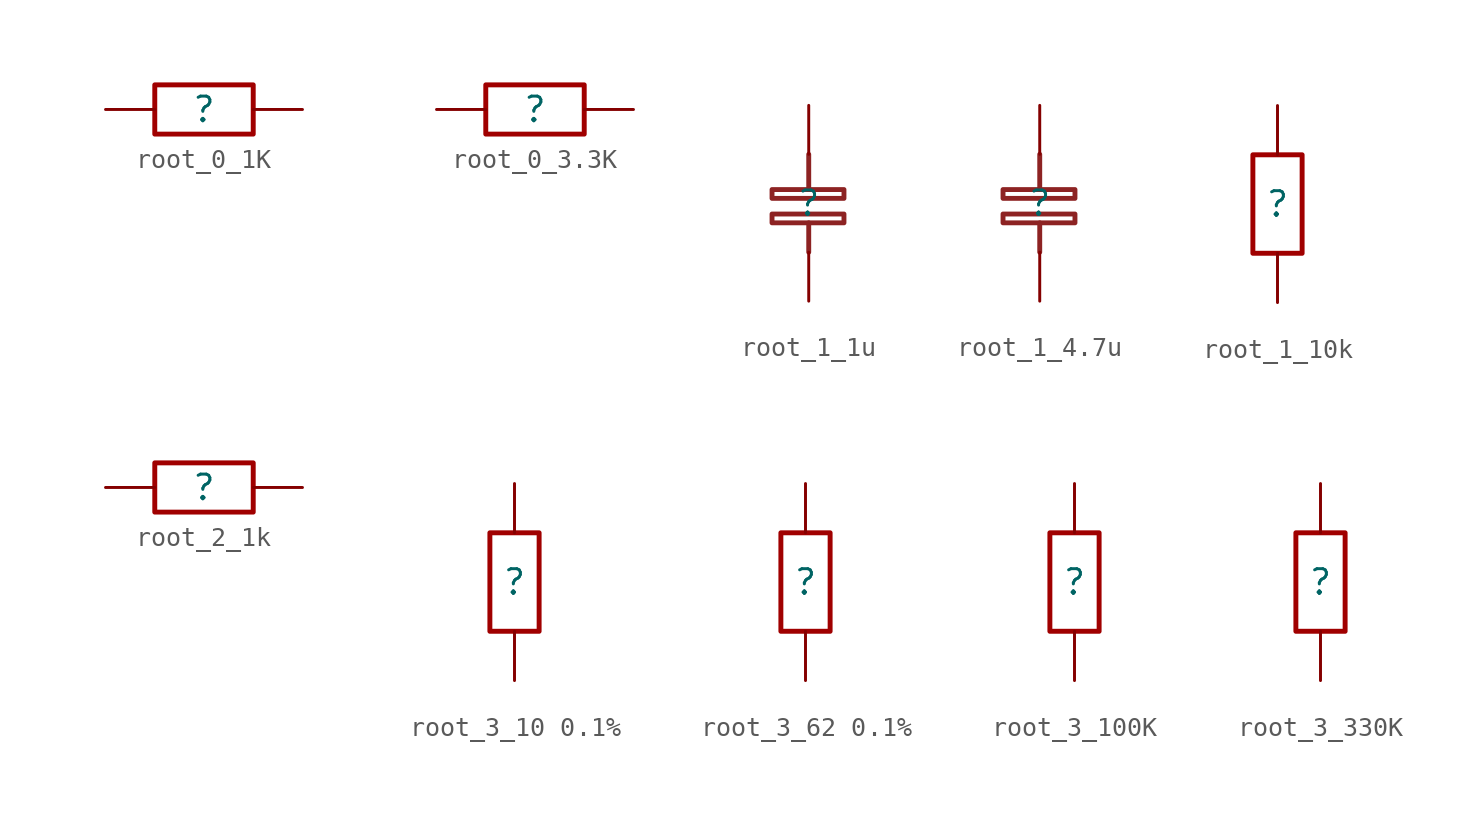
<source format=kicad_sym>
(kicad_symbol_lib
  (version 20231120)
  (generator "kicad_symbol_editor")
  (generator_version "8.0")
  (symbol "root_0_1K"
    (property "Reference" ""
      (at 0 0 0)
      (effects (font (size 1.27 1.27))))
    (property "Value" ""
      (at 0 0 0)
      (effects (font (size 1.27 1.27))))
    (symbol "root_0_1K_1_0"
      (rectangle (start -2.54 1.27) (end 2.54 -1.27) (stroke (width 0.254) (type solid) (color 160 0 0 1)) (fill (type none)))
      (pin passive line (at -5.08 0 0) (length 2.54) (name "1" (effects (font (size 0 0)))) (number "1" (effects (font (size 0 0)))))
      (pin passive line (at 5.08 0 180) (length 2.54) (name "2" (effects (font (size 0 0)))) (number "2" (effects (font (size 0 0)))))))
  (symbol "root_0_3.3K"
    (property "Reference" ""
      (at 0 0 0)
      (effects (font (size 1.27 1.27))))
    (property "Value" ""
      (at 0 0 0)
      (effects (font (size 1.27 1.27))))
    (symbol "root_0_3.3K_1_0"
      (rectangle (start -2.54 1.27) (end 2.54 -1.27) (stroke (width 0.254) (type solid) (color 160 0 0 1)) (fill (type none)))
      (pin passive line (at -5.08 0 0) (length 2.54) (name "1" (effects (font (size 0 0)))) (number "1" (effects (font (size 0 0)))))
      (pin passive line (at 5.08 0 180) (length 2.54) (name "2" (effects (font (size 0 0)))) (number "2" (effects (font (size 0 0)))))))
  (symbol "root_1_1u"
    (property "Reference" ""
      (at 0 0 0)
      (effects (font (size 1.27 1.27))))
    (property "Value" ""
      (at 0 0 0)
      (effects (font (size 1.27 1.27))))
    (symbol "root_1_1u_1_0"
      (rectangle (start -1.905 -0.559) (end 1.829 -1.016) (stroke (width 0.254) (type solid) (color 141 35 35 1)) (fill (type none)))
      (rectangle (start -1.905 0.711) (end 1.829 0.254) (stroke (width 0.254) (type solid) (color 141 35 35 1)) (fill (type none)))
      (polyline (pts (xy 0 -2.54) (xy 0 -1.016)) (stroke (width 0.254) (type solid) (color 141 35 35 1)) (fill (type none)))
      (polyline (pts (xy 0 2.54) (xy 0 0.762)) (stroke (width 0.254) (type solid) (color 141 35 35 1)) (fill (type none)))
      (pin passive line (at 0 -5.08 90) (length 2.54) (name "1" (effects (font (size 0 0)))) (number "1" (effects (font (size 0 0)))))
      (pin passive line (at 0 5.08 270) (length 2.54) (name "2" (effects (font (size 0 0)))) (number "2" (effects (font (size 0 0)))))))
  (symbol "root_1_4.7u"
    (property "Reference" ""
      (at 0 0 0)
      (effects (font (size 1.27 1.27))))
    (property "Value" ""
      (at 0 0 0)
      (effects (font (size 1.27 1.27))))
    (symbol "root_1_4.7u_1_0"
      (rectangle (start -1.905 -0.559) (end 1.829 -1.016) (stroke (width 0.254) (type solid) (color 141 35 35 1)) (fill (type none)))
      (rectangle (start -1.905 0.711) (end 1.829 0.254) (stroke (width 0.254) (type solid) (color 141 35 35 1)) (fill (type none)))
      (polyline (pts (xy 0 -2.54) (xy 0 -1.016)) (stroke (width 0.254) (type solid) (color 141 35 35 1)) (fill (type none)))
      (polyline (pts (xy 0 2.54) (xy 0 0.762)) (stroke (width 0.254) (type solid) (color 141 35 35 1)) (fill (type none)))
      (pin passive line (at 0 -5.08 90) (length 2.54) (name "1" (effects (font (size 0 0)))) (number "1" (effects (font (size 0 0)))))
      (pin passive line (at 0 5.08 270) (length 2.54) (name "2" (effects (font (size 0 0)))) (number "2" (effects (font (size 0 0)))))))
  (symbol "root_1_10k"
    (property "Reference" ""
      (at 0 0 0)
      (effects (font (size 1.27 1.27))))
    (property "Value" ""
      (at 0 0 0)
      (effects (font (size 1.27 1.27))))
    (symbol "root_1_10k_1_0"
      (rectangle (start -1.27 2.54) (end 1.27 -2.54) (stroke (width 0.254) (type solid) (color 160 0 0 1)) (fill (type none)))
      (pin passive line (at 0 -5.08 90) (length 2.54) (name "1" (effects (font (size 0 0)))) (number "1" (effects (font (size 0 0)))))
      (pin passive line (at 0 5.08 270) (length 2.54) (name "2" (effects (font (size 0 0)))) (number "2" (effects (font (size 0 0)))))))
  (symbol "root_2_1k"
    (property "Reference" ""
      (at 0 0 0)
      (effects (font (size 1.27 1.27))))
    (property "Value" ""
      (at 0 0 0)
      (effects (font (size 1.27 1.27))))
    (symbol "root_2_1k_1_0"
      (rectangle (start -2.54 1.27) (end 2.54 -1.27) (stroke (width 0.254) (type solid) (color 160 0 0 1)) (fill (type none)))
      (pin passive line (at 5.08 0 180) (length 2.54) (name "1" (effects (font (size 0 0)))) (number "1" (effects (font (size 0 0)))))
      (pin passive line (at -5.08 0 0) (length 2.54) (name "2" (effects (font (size 0 0)))) (number "2" (effects (font (size 0 0)))))))
  (symbol "root_3_10 0.1%"
    (property "Reference" ""
      (at 0 0 0)
      (effects (font (size 1.27 1.27))))
    (property "Value" ""
      (at 0 0 0)
      (effects (font (size 1.27 1.27))))
    (symbol "root_3_10 0.1%_1_0"
      (rectangle (start -1.27 2.54) (end 1.27 -2.54) (stroke (width 0.254) (type solid) (color 160 0 0 1)) (fill (type none)))
      (pin passive line (at 0 5.08 270) (length 2.54) (name "1" (effects (font (size 0 0)))) (number "1" (effects (font (size 0 0)))))
      (pin passive line (at 0 -5.08 90) (length 2.54) (name "2" (effects (font (size 0 0)))) (number "2" (effects (font (size 0 0)))))))
  (symbol "root_3_62 0.1%"
    (property "Reference" ""
      (at 0 0 0)
      (effects (font (size 1.27 1.27))))
    (property "Value" ""
      (at 0 0 0)
      (effects (font (size 1.27 1.27))))
    (symbol "root_3_62 0.1%_1_0"
      (rectangle (start -1.27 2.54) (end 1.27 -2.54) (stroke (width 0.254) (type solid) (color 160 0 0 1)) (fill (type none)))
      (pin passive line (at 0 5.08 270) (length 2.54) (name "1" (effects (font (size 0 0)))) (number "1" (effects (font (size 0 0)))))
      (pin passive line (at 0 -5.08 90) (length 2.54) (name "2" (effects (font (size 0 0)))) (number "2" (effects (font (size 0 0)))))))
  (symbol "root_3_100K"
    (property "Reference" ""
      (at 0 0 0)
      (effects (font (size 1.27 1.27))))
    (property "Value" ""
      (at 0 0 0)
      (effects (font (size 1.27 1.27))))
    (symbol "root_3_100K_1_0"
      (rectangle (start -1.27 2.54) (end 1.27 -2.54) (stroke (width 0.254) (type solid) (color 160 0 0 1)) (fill (type none)))
      (pin passive line (at 0 5.08 270) (length 2.54) (name "1" (effects (font (size 0 0)))) (number "1" (effects (font (size 0 0)))))
      (pin passive line (at 0 -5.08 90) (length 2.54) (name "2" (effects (font (size 0 0)))) (number "2" (effects (font (size 0 0)))))))
  (symbol "root_3_330K"
    (property "Reference" ""
      (at 0 0 0)
      (effects (font (size 1.27 1.27))))
    (property "Value" ""
      (at 0 0 0)
      (effects (font (size 1.27 1.27))))
    (symbol "root_3_330K_1_0"
      (rectangle (start -1.27 2.54) (end 1.27 -2.54) (stroke (width 0.254) (type solid) (color 160 0 0 1)) (fill (type none)))
      (pin passive line (at 0 5.08 270) (length 2.54) (name "1" (effects (font (size 0 0)))) (number "1" (effects (font (size 0 0)))))
      (pin passive line (at 0 -5.08 90) (length 2.54) (name "2" (effects (font (size 0 0)))) (number "2" (effects (font (size 0 0))))))))
</source>
